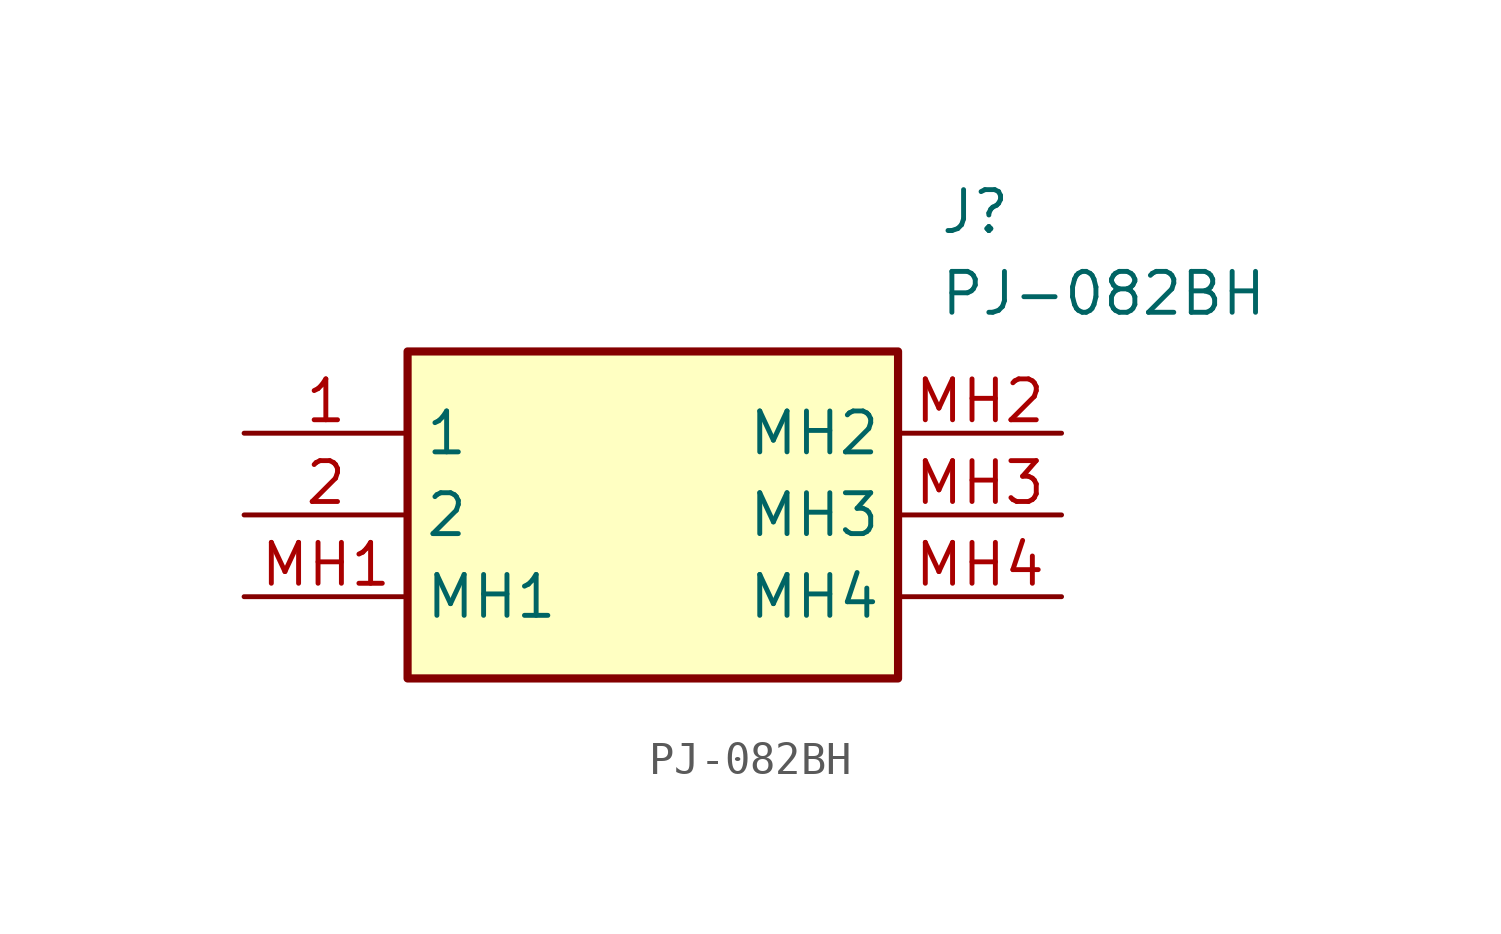
<source format=kicad_sym>
(kicad_symbol_lib
  (version 20211014)
  (generator SamacSys_ECAD_Model)
  (symbol "PJ-082BH"
    (property "Reference" "J"
      (at 21.59 7.62 0)
      (effects (font (size 1.27 1.27)) (justify left top)))
    (property "Value" "PJ-082BH"
      (at 21.59 5.08 0)
      (effects (font (size 1.27 1.27)) (justify left top)))
    (rectangle
      (start 5.08 2.54)
      (end 20.32 -7.62)
      (stroke (width 0.254) (type default))
      (fill (type background)))
    (pin passive line
      (at 0 0 0)
      (length 5.08)
      (name "1" (effects (font (size 1.27 1.27))))
      (number "1" (effects (font (size 1.27 1.27)))))
    (pin passive line
      (at 0 -2.54 0)
      (length 5.08)
      (name "2" (effects (font (size 1.27 1.27))))
      (number "2" (effects (font (size 1.27 1.27)))))
    (pin passive line
      (at 0 -5.08 0)
      (length 5.08)
      (name "MH1" (effects (font (size 1.27 1.27))))
      (number "MH1" (effects (font (size 1.27 1.27)))))
    (pin passive line
      (at 25.4 0 180)
      (length 5.08)
      (name "MH2" (effects (font (size 1.27 1.27))))
      (number "MH2" (effects (font (size 1.27 1.27)))))
    (pin passive line
      (at 25.4 -2.54 180)
      (length 5.08)
      (name "MH3" (effects (font (size 1.27 1.27))))
      (number "MH3" (effects (font (size 1.27 1.27)))))
    (pin passive line
      (at 25.4 -5.08 180)
      (length 5.08)
      (name "MH4" (effects (font (size 1.27 1.27))))
      (number "MH4" (effects (font (size 1.27 1.27)))))))
</source>
